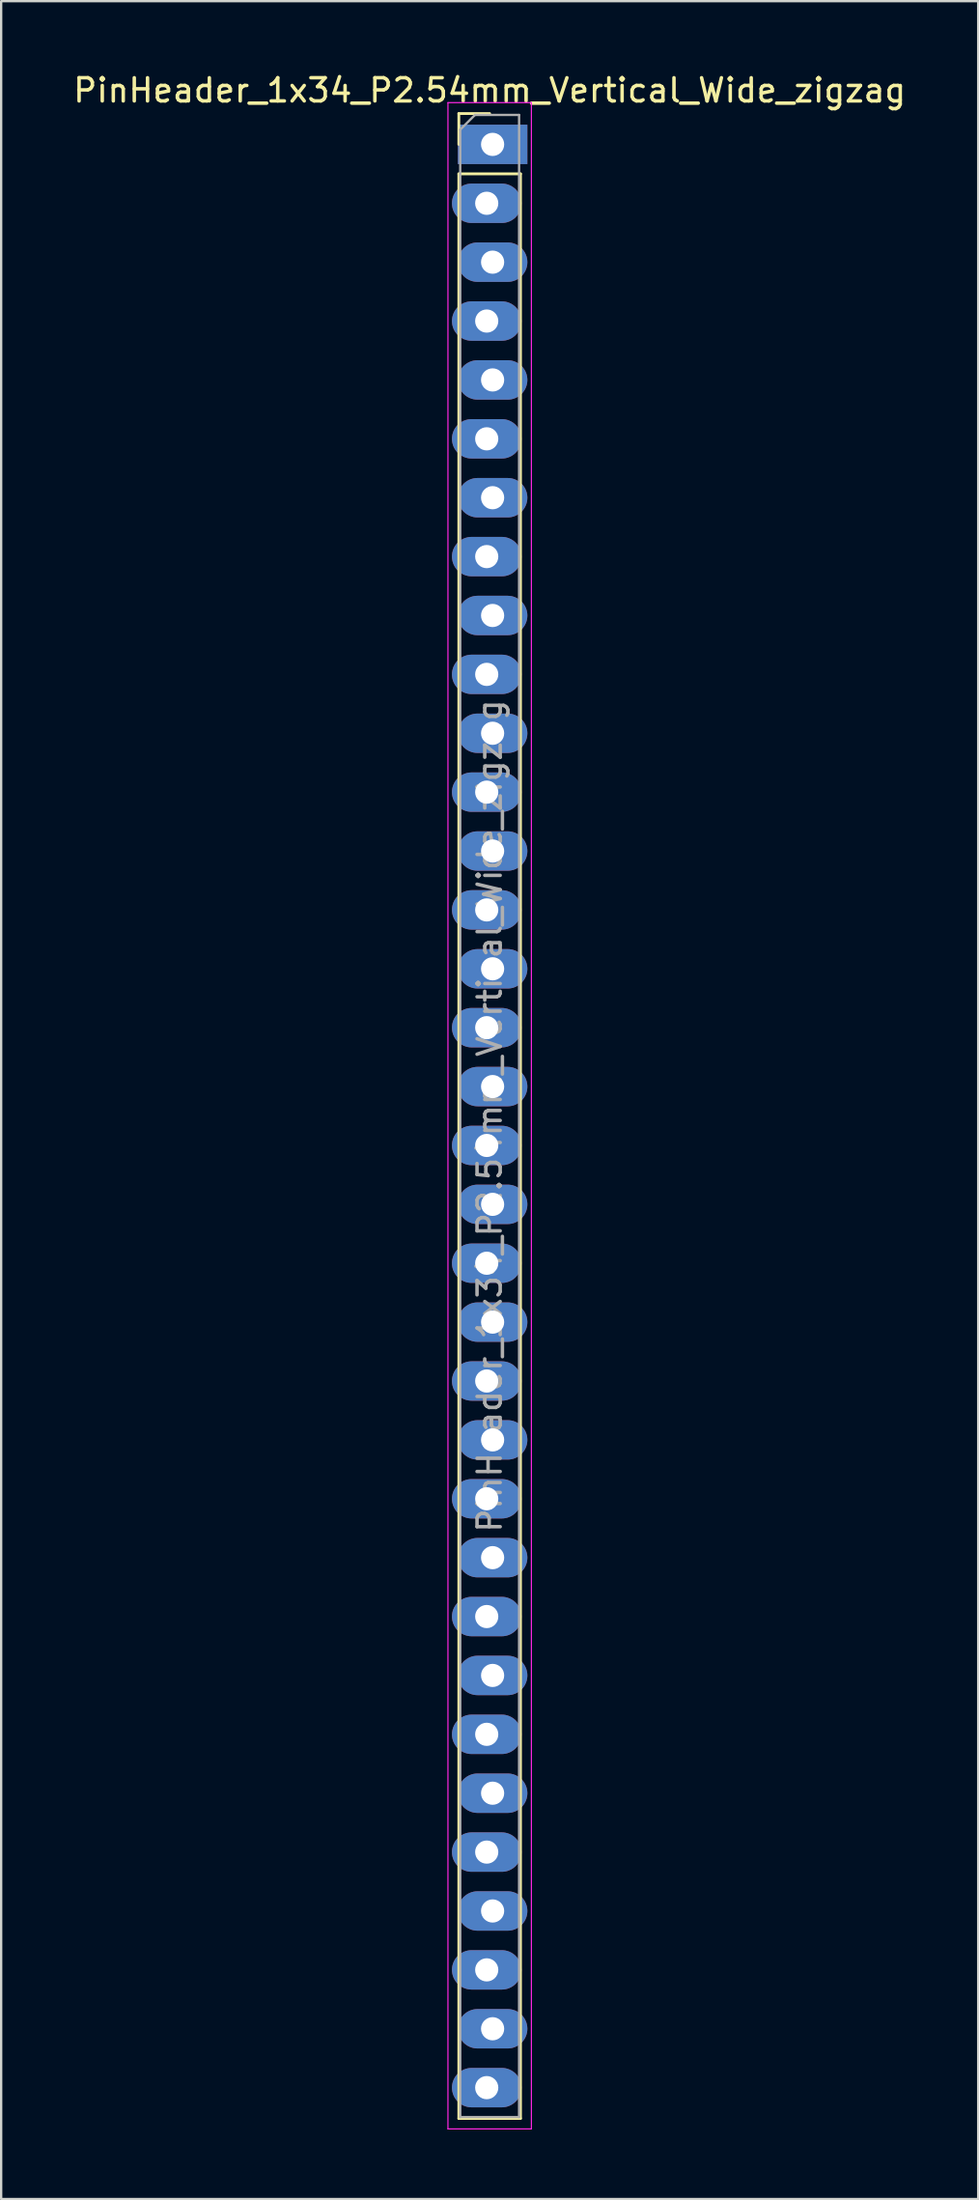
<source format=kicad_pcb>
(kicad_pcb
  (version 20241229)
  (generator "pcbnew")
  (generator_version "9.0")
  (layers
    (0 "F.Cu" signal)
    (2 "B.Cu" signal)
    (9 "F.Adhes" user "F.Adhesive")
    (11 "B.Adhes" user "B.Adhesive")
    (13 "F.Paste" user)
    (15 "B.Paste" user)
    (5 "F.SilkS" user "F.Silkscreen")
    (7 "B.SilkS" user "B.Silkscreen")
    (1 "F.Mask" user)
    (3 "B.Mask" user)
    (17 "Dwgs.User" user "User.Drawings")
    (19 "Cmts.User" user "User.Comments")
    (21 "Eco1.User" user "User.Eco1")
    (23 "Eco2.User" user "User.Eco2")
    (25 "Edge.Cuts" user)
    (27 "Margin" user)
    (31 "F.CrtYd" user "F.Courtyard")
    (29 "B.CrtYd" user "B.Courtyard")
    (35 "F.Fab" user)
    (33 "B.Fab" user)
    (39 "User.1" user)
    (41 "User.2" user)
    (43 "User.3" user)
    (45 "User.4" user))
  (footprint "PinHeader_1x34_P2.54mm_Vertical_Wide_zigzag"
    (layer "F.Cu")
    (at 18.077 3.178)
    (property "Reference" "PinHeader_1x34_P2.54mm_Vertical_Wide_zigzag" (at 0 -2.33 0) (layer "F.SilkS") (effects (font (size 1 1) (thickness 0.15))))
    (attr through_hole)
    (fp_line (start -1.33 -1.33) (end 0 -1.33) (stroke (width 0.12) (type solid)) (layer "F.SilkS"))
    (fp_line (start -1.33 0) (end -1.33 -1.33) (stroke (width 0.12) (type solid)) (layer "F.SilkS"))
    (fp_line (start -1.33 1.27) (end -1.33 85.15) (stroke (width 0.12) (type solid)) (layer "F.SilkS"))
    (fp_line (start -1.33 1.27) (end 1.33 1.27) (stroke (width 0.12) (type solid)) (layer "F.SilkS"))
    (fp_line (start -1.33 85.15) (end 1.33 85.15) (stroke (width 0.12) (type solid)) (layer "F.SilkS"))
    (fp_line (start 1.33 1.27) (end 1.33 85.15) (stroke (width 0.12) (type solid)) (layer "F.SilkS"))
    (fp_line (start -1.8 -1.8) (end -1.8 85.6) (stroke (width 0.05) (type solid)) (layer "F.CrtYd"))
    (fp_line (start -1.8 85.6) (end 1.8 85.6) (stroke (width 0.05) (type solid)) (layer "F.CrtYd"))
    (fp_line (start 1.8 -1.8) (end -1.8 -1.8) (stroke (width 0.05) (type solid)) (layer "F.CrtYd"))
    (fp_line (start 1.8 85.6) (end 1.8 -1.8) (stroke (width 0.05) (type solid)) (layer "F.CrtYd"))
    (fp_line (start -1.27 -0.635) (end -0.635 -1.27) (stroke (width 0.1) (type solid)) (layer "F.Fab"))
    (fp_line (start -1.27 85.09) (end -1.27 -0.635) (stroke (width 0.1) (type solid)) (layer "F.Fab"))
    (fp_line (start -0.635 -1.27) (end 1.27 -1.27) (stroke (width 0.1) (type solid)) (layer "F.Fab"))
    (fp_line (start 1.27 -1.27) (end 1.27 85.09) (stroke (width 0.1) (type solid)) (layer "F.Fab"))
    (fp_line (start 1.27 85.09) (end -1.27 85.09) (stroke (width 0.1) (type solid)) (layer "F.Fab"))
    (fp_text user "${REFERENCE}" (at 0 41.91 90) (layer "F.Fab") (effects (font (size 1 1) (thickness 0.15))))
    (pad "1" thru_hole rect (at 0.127 0) (size 3 1.7) (drill 1) (layers "*.Cu" "*.Mask"))
    (pad "2" thru_hole oval (at -0.127 2.54) (size 3 1.7) (drill 1) (layers "*.Cu" "*.Mask"))
    (pad "3" thru_hole oval (at 0.127 5.08) (size 3 1.7) (drill 1) (layers "*.Cu" "*.Mask"))
    (pad "4" thru_hole oval (at -0.127 7.62) (size 3 1.7) (drill 1) (layers "*.Cu" "*.Mask"))
    (pad "5" thru_hole oval (at 0.127 10.16) (size 3 1.7) (drill 1) (layers "*.Cu" "*.Mask"))
    (pad "6" thru_hole oval (at -0.127 12.7) (size 3 1.7) (drill 1) (layers "*.Cu" "*.Mask"))
    (pad "7" thru_hole oval (at 0.127 15.24) (size 3 1.7) (drill 1) (layers "*.Cu" "*.Mask"))
    (pad "8" thru_hole oval (at -0.127 17.78) (size 3 1.7) (drill 1) (layers "*.Cu" "*.Mask"))
    (pad "9" thru_hole oval (at 0.127 20.32) (size 3 1.7) (drill 1) (layers "*.Cu" "*.Mask"))
    (pad "10" thru_hole oval (at -0.127 22.86) (size 3 1.7) (drill 1) (layers "*.Cu" "*.Mask"))
    (pad "11" thru_hole oval (at 0.127 25.4) (size 3 1.7) (drill 1) (layers "*.Cu" "*.Mask"))
    (pad "12" thru_hole oval (at -0.127 27.94) (size 3 1.7) (drill 1) (layers "*.Cu" "*.Mask"))
    (pad "13" thru_hole oval (at 0.127 30.48) (size 3 1.7) (drill 1) (layers "*.Cu" "*.Mask"))
    (pad "14" thru_hole oval (at -0.127 33.02) (size 3 1.7) (drill 1) (layers "*.Cu" "*.Mask"))
    (pad "15" thru_hole oval (at 0.127 35.56) (size 3 1.7) (drill 1) (layers "*.Cu" "*.Mask"))
    (pad "16" thru_hole oval (at -0.127 38.1) (size 3 1.7) (drill 1) (layers "*.Cu" "*.Mask"))
    (pad "17" thru_hole oval (at 0.127 40.64) (size 3 1.7) (drill 1) (layers "*.Cu" "*.Mask"))
    (pad "18" thru_hole oval (at -0.127 43.18) (size 3 1.7) (drill 1) (layers "*.Cu" "*.Mask"))
    (pad "19" thru_hole oval (at 0.127 45.72) (size 3 1.7) (drill 1) (layers "*.Cu" "*.Mask"))
    (pad "20" thru_hole oval (at -0.127 48.26) (size 3 1.7) (drill 1) (layers "*.Cu" "*.Mask"))
    (pad "21" thru_hole oval (at 0.127 50.8) (size 3 1.7) (drill 1) (layers "*.Cu" "*.Mask"))
    (pad "22" thru_hole oval (at -0.127 53.34) (size 3 1.7) (drill 1) (layers "*.Cu" "*.Mask"))
    (pad "23" thru_hole oval (at 0.127 55.88) (size 3 1.7) (drill 1) (layers "*.Cu" "*.Mask"))
    (pad "24" thru_hole oval (at -0.127 58.42) (size 3 1.7) (drill 1) (layers "*.Cu" "*.Mask"))
    (pad "25" thru_hole oval (at 0.127 60.96) (size 3 1.7) (drill 1) (layers "*.Cu" "*.Mask"))
    (pad "26" thru_hole oval (at -0.127 63.5) (size 3 1.7) (drill 1) (layers "*.Cu" "*.Mask"))
    (pad "27" thru_hole oval (at 0.127 66.04) (size 3 1.7) (drill 1) (layers "*.Cu" "*.Mask"))
    (pad "28" thru_hole oval (at -0.127 68.58) (size 3 1.7) (drill 1) (layers "*.Cu" "*.Mask"))
    (pad "29" thru_hole oval (at 0.127 71.12) (size 3 1.7) (drill 1) (layers "*.Cu" "*.Mask"))
    (pad "30" thru_hole oval (at -0.127 73.66) (size 3 1.7) (drill 1) (layers "*.Cu" "*.Mask"))
    (pad "31" thru_hole oval (at 0.127 76.2) (size 3 1.7) (drill 1) (layers "*.Cu" "*.Mask"))
    (pad "32" thru_hole oval (at -0.127 78.74) (size 3 1.7) (drill 1) (layers "*.Cu" "*.Mask"))
    (pad "33" thru_hole oval (at 0.127 81.28) (size 3 1.7) (drill 1) (layers "*.Cu" "*.Mask"))
    (pad "34" thru_hole oval (at -0.127 83.82) (size 3 1.7) (drill 1) (layers "*.Cu" "*.Mask")))
  (gr_rect
    (start -3 -3)
    (end 39.155 91.803)
    (stroke (width 0.1) (type default))
    (fill no)
    (layer "Edge.Cuts")))
</source>
